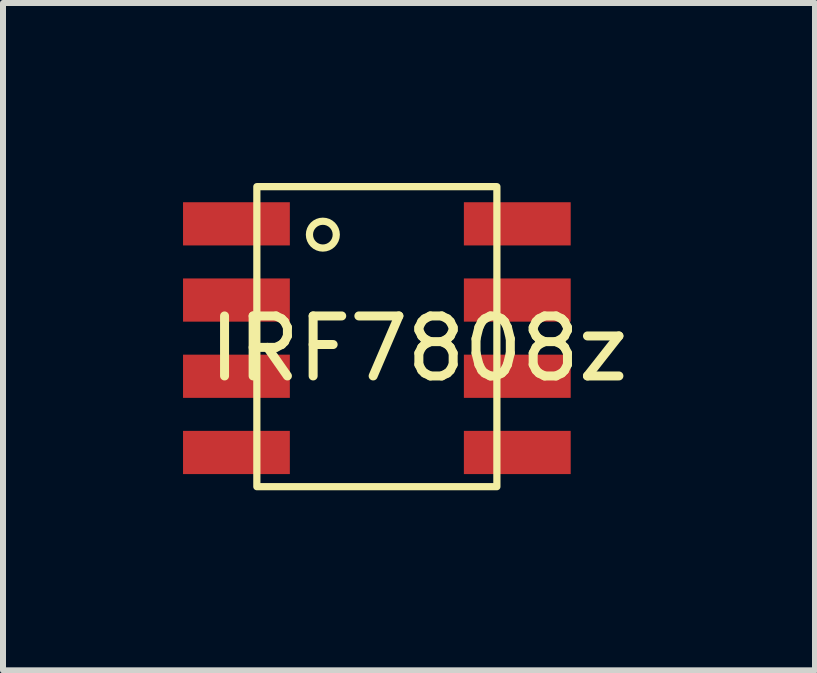
<source format=kicad_pcb>
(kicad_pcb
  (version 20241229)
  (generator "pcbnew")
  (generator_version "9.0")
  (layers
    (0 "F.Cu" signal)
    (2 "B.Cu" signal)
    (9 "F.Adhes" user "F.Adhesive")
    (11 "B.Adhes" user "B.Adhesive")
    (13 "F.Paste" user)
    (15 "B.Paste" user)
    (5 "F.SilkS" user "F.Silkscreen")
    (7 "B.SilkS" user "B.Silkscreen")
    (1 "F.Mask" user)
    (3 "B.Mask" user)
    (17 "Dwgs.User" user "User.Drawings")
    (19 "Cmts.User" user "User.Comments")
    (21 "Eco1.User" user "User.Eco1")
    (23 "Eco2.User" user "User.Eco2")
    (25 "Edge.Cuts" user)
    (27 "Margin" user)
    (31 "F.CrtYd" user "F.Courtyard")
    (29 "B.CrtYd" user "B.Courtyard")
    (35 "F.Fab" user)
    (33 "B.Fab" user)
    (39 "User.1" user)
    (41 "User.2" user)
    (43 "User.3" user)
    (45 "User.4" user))
  (footprint "IRF7808z"
    (layer "F.Cu")
    (at 3.23 2.56)
    (property "Reference" "IRF7808z" (at 0.7 0.2 0) (unlocked yes) (layer "F.SilkS") (effects (font (size 1 1) (thickness 0.15))))
    (attr smd)
    (fp_rect (start -2 -2.5) (end 2 2.5) (stroke (width 0.12) (type solid)) (fill no) (layer "F.SilkS"))
    (fp_circle (center -0.9 -1.7) (end -0.8 -1.5) (stroke (width 0.12) (type solid)) (fill no) (layer "F.SilkS"))
    (pad "1" smd rect (at -2.34 -1.88) (size 1.78 0.72) (layers "F.Cu" "F.Mask" "F.Paste"))
    (pad "1" smd rect (at -2.34 -0.61) (size 1.78 0.72) (layers "F.Cu" "F.Mask" "F.Paste"))
    (pad "1" smd rect (at -2.34 0.66) (size 1.78 0.72) (layers "F.Cu" "F.Mask" "F.Paste"))
    (pad "4" smd rect (at -2.34 1.93) (size 1.78 0.72) (layers "F.Cu" "F.Mask" "F.Paste"))
    (pad "5" smd rect (at 2.34 -1.88) (size 1.78 0.72) (layers "F.Cu" "F.Mask" "F.Paste"))
    (pad "5" smd rect (at 2.34 -0.61) (size 1.78 0.72) (layers "F.Cu" "F.Mask" "F.Paste"))
    (pad "5" smd rect (at 2.34 0.66) (size 1.78 0.72) (layers "F.Cu" "F.Mask" "F.Paste"))
    (pad "5" smd rect (at 2.34 1.93) (size 1.78 0.72) (layers "F.Cu" "F.Mask" "F.Paste")))
  (gr_rect
    (start -3 -3)
    (end 10.531 8.12)
    (stroke (width 0.1) (type default))
    (fill no)
    (layer "Edge.Cuts")))
</source>
